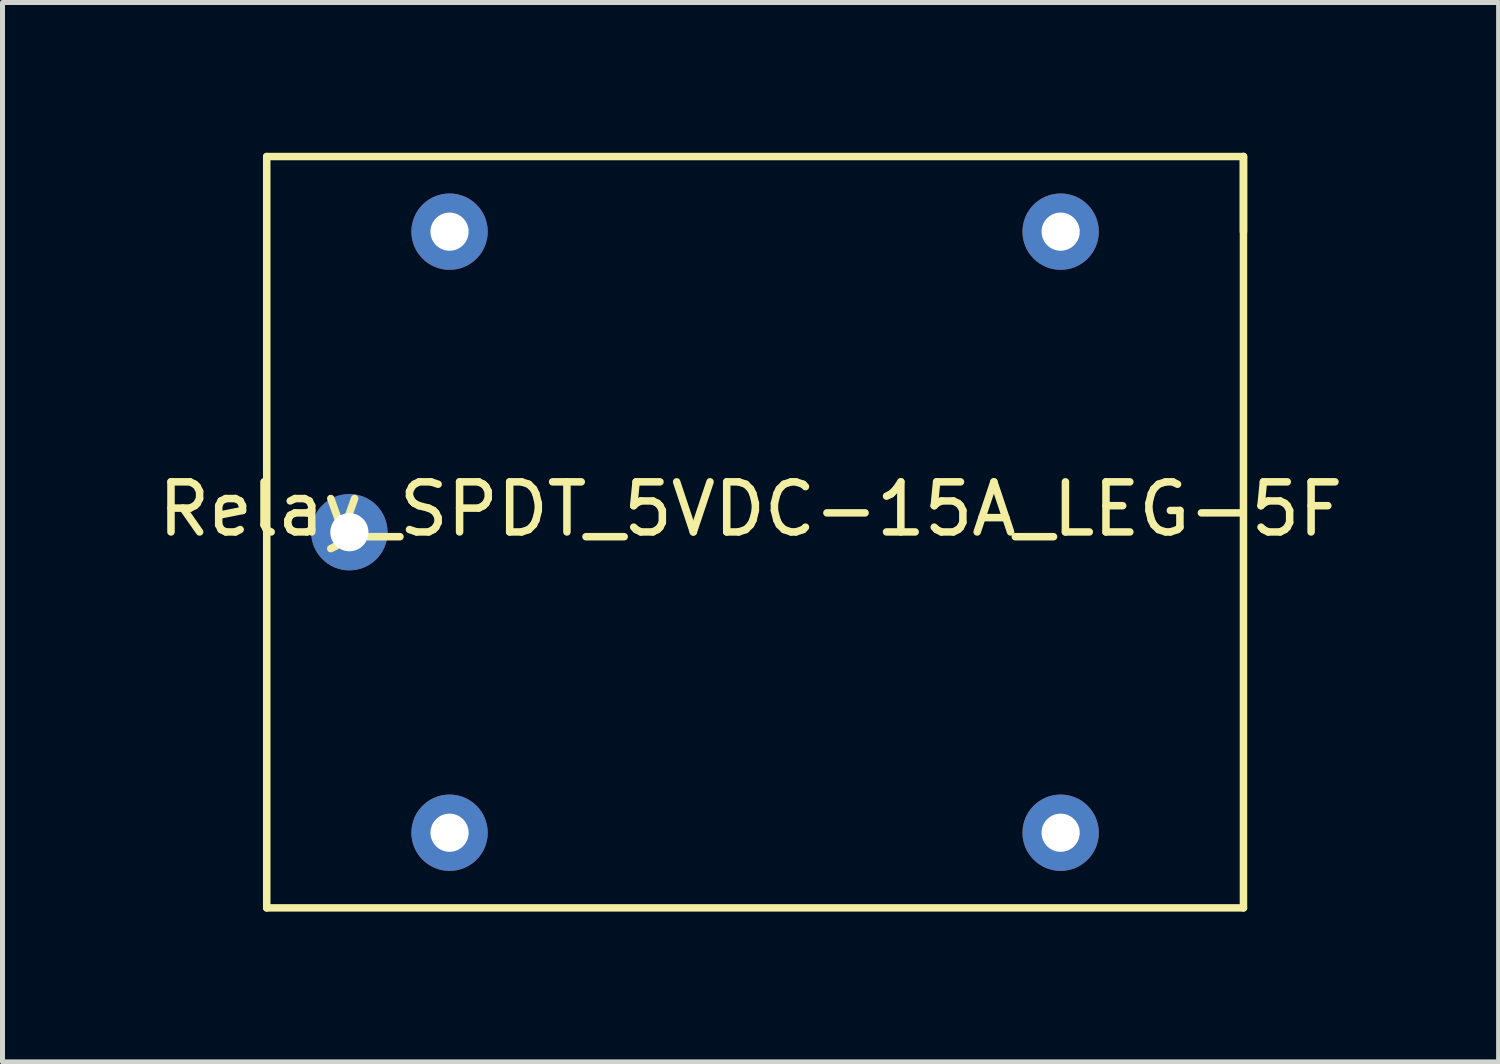
<source format=kicad_pcb>
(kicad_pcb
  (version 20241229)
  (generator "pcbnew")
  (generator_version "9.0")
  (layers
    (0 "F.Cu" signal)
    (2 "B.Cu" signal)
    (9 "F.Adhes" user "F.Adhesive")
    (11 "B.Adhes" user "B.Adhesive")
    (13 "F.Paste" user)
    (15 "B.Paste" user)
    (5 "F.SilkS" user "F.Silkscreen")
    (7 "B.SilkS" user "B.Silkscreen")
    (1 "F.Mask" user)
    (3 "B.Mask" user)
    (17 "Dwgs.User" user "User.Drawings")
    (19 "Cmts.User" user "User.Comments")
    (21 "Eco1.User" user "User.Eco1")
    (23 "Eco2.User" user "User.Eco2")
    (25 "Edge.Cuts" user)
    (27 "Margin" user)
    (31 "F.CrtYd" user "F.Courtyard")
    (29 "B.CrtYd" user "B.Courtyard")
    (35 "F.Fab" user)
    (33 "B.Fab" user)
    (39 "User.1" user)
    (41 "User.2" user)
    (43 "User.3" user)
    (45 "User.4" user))
  (footprint "Relay_SPDT_5VDC-15A_LEG-5F"
    (layer "F.Cu")
    (at 11.935 7.115)
    (property "Reference" "Relay_SPDT_5VDC-15A_LEG-5F" (at 0 0 0) (layer "F.SilkS") (effects (font (size 1 1) (thickness 0.15))))
    (attr through_hole)
    (fp_line (start -9.66 -7.04) (end 9.84 -7.04) (stroke (width 0.15) (type solid)) (layer "F.SilkS"))
    (fp_line (start -9.66 7.96) (end -9.66 -7.04) (stroke (width 0.15) (type solid)) (layer "F.SilkS"))
    (fp_line (start 9.84 -7.04) (end 9.84 7.96) (stroke (width 0.15) (type solid)) (layer "F.SilkS"))
    (fp_line (start 9.84 -5.54) (end 9.84 -7.04) (stroke (width 0.15) (type solid)) (layer "F.SilkS"))
    (fp_line (start 9.84 7.96) (end -9.66 7.96) (stroke (width 0.15) (type solid)) (layer "F.SilkS"))
    (pad "11" thru_hole circle (at -8.01 0.46) (size 1.524 1.524) (drill 0.762) (layers "*.Cu" "*.Mask"))
    (pad "12" thru_hole circle (at 6.19 -5.54) (size 1.524 1.524) (drill 0.762) (layers "*.Cu" "*.Mask"))
    (pad "14" thru_hole circle (at 6.19 6.46) (size 1.524 1.524) (drill 0.762) (layers "*.Cu" "*.Mask"))
    (pad "A1" thru_hole circle (at -6.01 -5.54) (size 1.524 1.524) (drill 0.762) (layers "*.Cu" "*.Mask"))
    (pad "A2" thru_hole circle (at -6.01 6.46) (size 1.524 1.524) (drill 0.762) (layers "*.Cu" "*.Mask")))
  (gr_rect
    (start -3 -3)
    (end 26.869 18.15)
    (stroke (width 0.1) (type default))
    (fill no)
    (layer "Edge.Cuts")))
</source>
